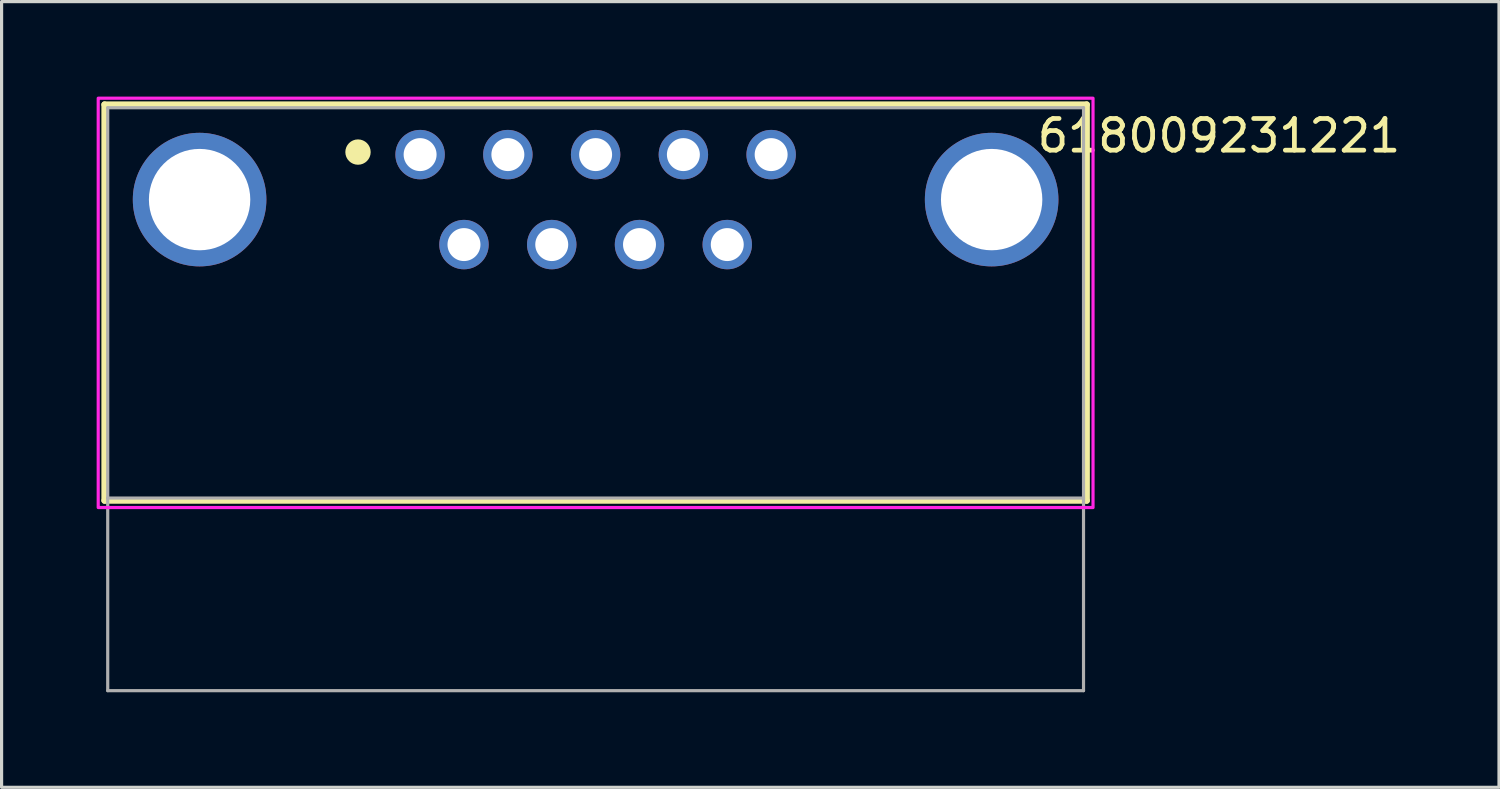
<source format=kicad_pcb>
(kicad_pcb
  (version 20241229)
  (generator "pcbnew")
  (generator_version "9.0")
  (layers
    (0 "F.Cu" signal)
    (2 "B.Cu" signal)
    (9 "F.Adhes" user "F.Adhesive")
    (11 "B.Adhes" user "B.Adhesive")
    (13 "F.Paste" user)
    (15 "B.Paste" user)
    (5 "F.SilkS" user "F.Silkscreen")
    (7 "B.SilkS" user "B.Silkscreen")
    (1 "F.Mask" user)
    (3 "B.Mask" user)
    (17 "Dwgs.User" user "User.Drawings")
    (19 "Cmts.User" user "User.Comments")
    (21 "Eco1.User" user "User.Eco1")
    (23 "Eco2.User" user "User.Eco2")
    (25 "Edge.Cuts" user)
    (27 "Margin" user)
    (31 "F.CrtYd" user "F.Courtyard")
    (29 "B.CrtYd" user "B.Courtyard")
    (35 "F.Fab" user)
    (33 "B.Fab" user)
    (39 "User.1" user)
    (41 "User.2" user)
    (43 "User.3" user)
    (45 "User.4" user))
  (footprint "618009231221"
    (layer "F.Cu")
    (at 15.75 9.55)
    (property "Reference" "618009231221" (at 19.675 -8.315 0) (layer "F.SilkS") (effects (font (size 1 1) (thickness 0.15))))
    (attr through_hole)
    (fp_line (start -15.5 -9.3) (end 15.5 -9.3) (stroke (width 0.2) (type solid)) (layer "F.SilkS"))
    (fp_line (start -15.5 3.2) (end -15.5 -9.3) (stroke (width 0.2) (type solid)) (layer "F.SilkS"))
    (fp_line (start 15.5 -9.3) (end 15.5 3.2) (stroke (width 0.2) (type solid)) (layer "F.SilkS"))
    (fp_line (start 15.5 3.2) (end -15.5 3.2) (stroke (width 0.2) (type solid)) (layer "F.SilkS"))
    (fp_circle (center -7.5 -7.8) (end -7.3 -7.8) (stroke (width 0.4) (type solid)) (fill no) (layer "F.SilkS"))
    (fp_poly (pts (xy -15.7 -9.5) (xy 15.7 -9.5) (xy 15.7 3.42) (xy -15.7 3.42)) (stroke (width 0.1) (type solid)) (fill no) (layer "F.CrtYd"))
    (fp_line (start -15.4 -9.2) (end 15.4 -9.2) (stroke (width 0.1) (type solid)) (layer "F.Fab"))
    (fp_line (start -15.4 3.12) (end -15.4 -9.2) (stroke (width 0.1) (type solid)) (layer "F.Fab"))
    (fp_line (start -15.4 9.2) (end -15.4 3.12) (stroke (width 0.1) (type solid)) (layer "F.Fab"))
    (fp_line (start 15.4 -9.2) (end 15.4 3.12) (stroke (width 0.1) (type solid)) (layer "F.Fab"))
    (fp_line (start 15.4 3.12) (end -15.4 3.12) (stroke (width 0.1) (type solid)) (layer "F.Fab"))
    (fp_line (start 15.4 3.12) (end 15.4 9.2) (stroke (width 0.1) (type solid)) (layer "F.Fab"))
    (fp_line (start 15.4 9.2) (end -15.4 9.2) (stroke (width 0.1) (type solid)) (layer "F.Fab"))
    (pad "1" thru_hole circle (at -5.54 -7.72) (size 1.56 1.56) (drill 1.04) (layers "*.Cu" "*.Mask"))
    (pad "2" thru_hole circle (at -2.77 -7.72) (size 1.56 1.56) (drill 1.04) (layers "*.Cu" "*.Mask"))
    (pad "3" thru_hole circle (at 0 -7.72) (size 1.56 1.56) (drill 1.04) (layers "*.Cu" "*.Mask"))
    (pad "4" thru_hole circle (at 2.77 -7.72) (size 1.56 1.56) (drill 1.04) (layers "*.Cu" "*.Mask"))
    (pad "5" thru_hole circle (at 5.54 -7.72) (size 1.56 1.56) (drill 1.04) (layers "*.Cu" "*.Mask"))
    (pad "6" thru_hole circle (at -4.155 -4.88) (size 1.56 1.56) (drill 1.04) (layers "*.Cu" "*.Mask"))
    (pad "7" thru_hole circle (at -1.385 -4.88) (size 1.56 1.56) (drill 1.04) (layers "*.Cu" "*.Mask"))
    (pad "8" thru_hole circle (at 1.385 -4.88) (size 1.56 1.56) (drill 1.04) (layers "*.Cu" "*.Mask"))
    (pad "9" thru_hole circle (at 4.155 -4.88) (size 1.56 1.56) (drill 1.04) (layers "*.Cu" "*.Mask"))
    (pad "S1" thru_hole circle (at -12.5 -6.3) (size 4.216 4.216) (drill 3.2) (layers "*.Cu" "*.Mask"))
    (pad "S2" thru_hole circle (at 12.5 -6.3) (size 4.216 4.216) (drill 3.2) (layers "*.Cu" "*.Mask")))
  (gr_rect
    (start -3 -3)
    (end 44.264 21.8)
    (stroke (width 0.1) (type default))
    (fill no)
    (layer "Edge.Cuts")))
</source>
